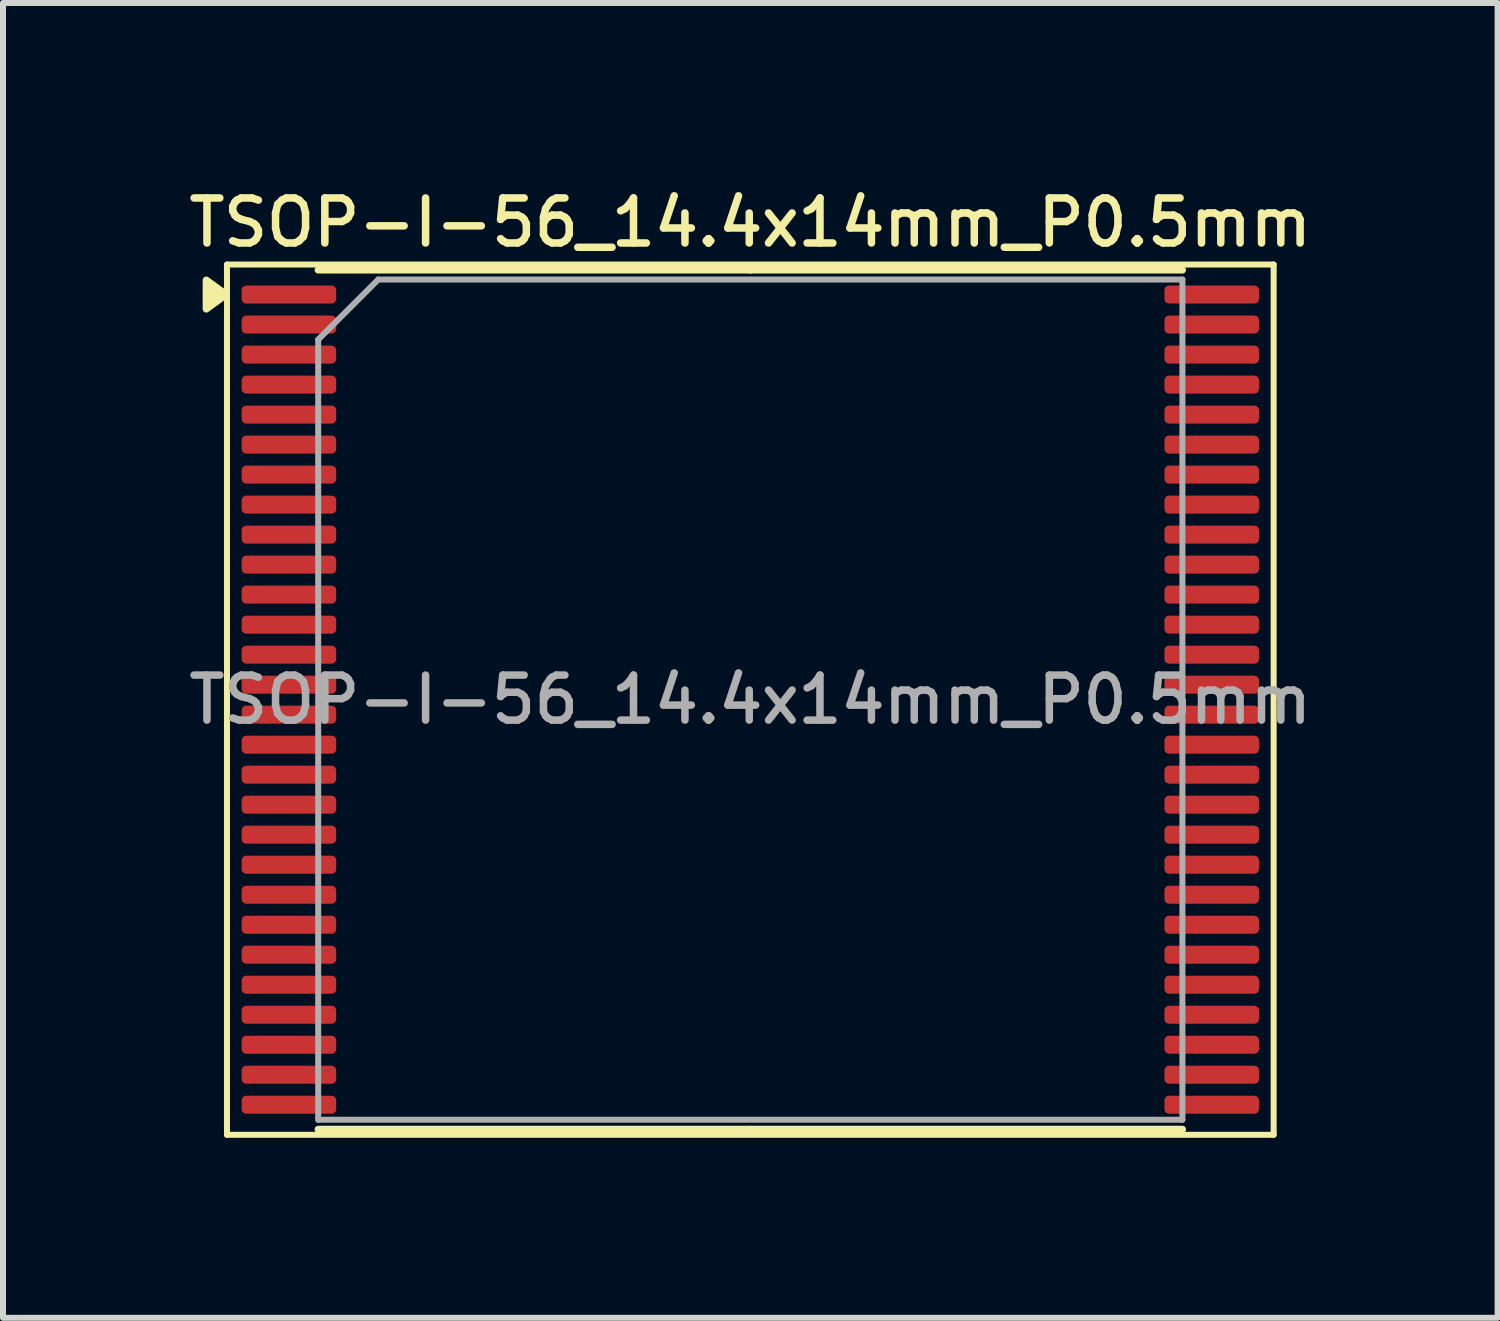
<source format=kicad_pcb>
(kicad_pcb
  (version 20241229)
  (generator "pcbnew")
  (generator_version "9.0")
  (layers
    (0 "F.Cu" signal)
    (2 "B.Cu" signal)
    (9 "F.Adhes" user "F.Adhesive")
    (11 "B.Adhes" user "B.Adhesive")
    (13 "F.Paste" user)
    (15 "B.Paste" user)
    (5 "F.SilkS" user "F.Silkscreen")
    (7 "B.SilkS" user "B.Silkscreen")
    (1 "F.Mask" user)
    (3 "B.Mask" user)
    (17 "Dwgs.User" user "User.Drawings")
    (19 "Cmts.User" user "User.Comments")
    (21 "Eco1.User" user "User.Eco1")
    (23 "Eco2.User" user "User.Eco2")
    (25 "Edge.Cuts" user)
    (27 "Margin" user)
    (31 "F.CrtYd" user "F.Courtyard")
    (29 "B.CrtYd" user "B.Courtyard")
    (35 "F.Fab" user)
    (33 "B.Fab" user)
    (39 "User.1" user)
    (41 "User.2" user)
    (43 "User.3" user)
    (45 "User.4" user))
  (footprint "TSOP-I-56_14.4x14mm_P0.5mm"
    (layer "F.Cu")
    (at 9.452 8.608)
    (property "Reference" "TSOP-I-56_14.4x14mm_P0.5mm" (at 0 -7.95 0) (layer "F.SilkS") (effects (font (size 0.75 0.75) (thickness 0.125))))
    (attr smd)
    (fp_line (start -8.72 -7.25) (end -8.72 7.25) (stroke (width 0.1) (type solid)) (layer "F.SilkS"))
    (fp_line (start -8.72 7.25) (end 8.72 7.25) (stroke (width 0.1) (type solid)) (layer "F.SilkS"))
    (fp_line (start 0 -7.16) (end -7.2 -7.16) (stroke (width 0.12) (type solid)) (layer "F.SilkS"))
    (fp_line (start 0 -7.16) (end 7.2 -7.16) (stroke (width 0.12) (type solid)) (layer "F.SilkS"))
    (fp_line (start 0 7.16) (end -7.2 7.16) (stroke (width 0.12) (type solid)) (layer "F.SilkS"))
    (fp_line (start 0 7.16) (end 7.2 7.16) (stroke (width 0.12) (type solid)) (layer "F.SilkS"))
    (fp_line (start 8.72 -7.25) (end -8.72 -7.25) (stroke (width 0.1) (type solid)) (layer "F.SilkS"))
    (fp_line (start 8.72 7.25) (end 8.72 -7.25) (stroke (width 0.1) (type solid)) (layer "F.SilkS"))
    (fp_poly (pts (xy -8.735 -6.75) (xy -9.065 -6.99) (xy -9.065 -6.51) (xy -8.735 -6.75)) (stroke (width 0.12) (type solid)) (fill yes) (layer "F.SilkS"))
    (fp_line (start -7.2 -6) (end -6.2 -7) (stroke (width 0.1) (type solid)) (layer "F.Fab"))
    (fp_line (start -7.2 7) (end -7.2 -6) (stroke (width 0.1) (type solid)) (layer "F.Fab"))
    (fp_line (start -6.2 -7) (end 7.2 -7) (stroke (width 0.1) (type solid)) (layer "F.Fab"))
    (fp_line (start 7.2 -7) (end 7.2 7) (stroke (width 0.1) (type solid)) (layer "F.Fab"))
    (fp_line (start 7.2 7) (end -7.2 7) (stroke (width 0.1) (type solid)) (layer "F.Fab"))
    (fp_text user "${REFERENCE}" (at 0 0 0) (layer "F.Fab") (effects (font (size 0.75 0.75) (thickness 0.125))))
    (pad "1" smd roundrect (at -7.688 -6.75) (size 1.575 0.3) (layers "F.Cu" "F.Mask" "F.Paste") (roundrect_rratio 0.25))
    (pad "2" smd roundrect (at -7.688 -6.25) (size 1.575 0.3) (layers "F.Cu" "F.Mask" "F.Paste") (roundrect_rratio 0.25))
    (pad "3" smd roundrect (at -7.688 -5.75) (size 1.575 0.3) (layers "F.Cu" "F.Mask" "F.Paste") (roundrect_rratio 0.25))
    (pad "4" smd roundrect (at -7.688 -5.25) (size 1.575 0.3) (layers "F.Cu" "F.Mask" "F.Paste") (roundrect_rratio 0.25))
    (pad "5" smd roundrect (at -7.688 -4.75) (size 1.575 0.3) (layers "F.Cu" "F.Mask" "F.Paste") (roundrect_rratio 0.25))
    (pad "6" smd roundrect (at -7.688 -4.25) (size 1.575 0.3) (layers "F.Cu" "F.Mask" "F.Paste") (roundrect_rratio 0.25))
    (pad "7" smd roundrect (at -7.688 -3.75) (size 1.575 0.3) (layers "F.Cu" "F.Mask" "F.Paste") (roundrect_rratio 0.25))
    (pad "8" smd roundrect (at -7.688 -3.25) (size 1.575 0.3) (layers "F.Cu" "F.Mask" "F.Paste") (roundrect_rratio 0.25))
    (pad "9" smd roundrect (at -7.688 -2.75) (size 1.575 0.3) (layers "F.Cu" "F.Mask" "F.Paste") (roundrect_rratio 0.25))
    (pad "10" smd roundrect (at -7.688 -2.25) (size 1.575 0.3) (layers "F.Cu" "F.Mask" "F.Paste") (roundrect_rratio 0.25))
    (pad "11" smd roundrect (at -7.688 -1.75) (size 1.575 0.3) (layers "F.Cu" "F.Mask" "F.Paste") (roundrect_rratio 0.25))
    (pad "12" smd roundrect (at -7.688 -1.25) (size 1.575 0.3) (layers "F.Cu" "F.Mask" "F.Paste") (roundrect_rratio 0.25))
    (pad "13" smd roundrect (at -7.688 -0.75) (size 1.575 0.3) (layers "F.Cu" "F.Mask" "F.Paste") (roundrect_rratio 0.25))
    (pad "14" smd roundrect (at -7.688 -0.25) (size 1.575 0.3) (layers "F.Cu" "F.Mask" "F.Paste") (roundrect_rratio 0.25))
    (pad "15" smd roundrect (at -7.688 0.25) (size 1.575 0.3) (layers "F.Cu" "F.Mask" "F.Paste") (roundrect_rratio 0.25))
    (pad "16" smd roundrect (at -7.688 0.75) (size 1.575 0.3) (layers "F.Cu" "F.Mask" "F.Paste") (roundrect_rratio 0.25))
    (pad "17" smd roundrect (at -7.688 1.25) (size 1.575 0.3) (layers "F.Cu" "F.Mask" "F.Paste") (roundrect_rratio 0.25))
    (pad "18" smd roundrect (at -7.688 1.75) (size 1.575 0.3) (layers "F.Cu" "F.Mask" "F.Paste") (roundrect_rratio 0.25))
    (pad "19" smd roundrect (at -7.688 2.25) (size 1.575 0.3) (layers "F.Cu" "F.Mask" "F.Paste") (roundrect_rratio 0.25))
    (pad "20" smd roundrect (at -7.688 2.75) (size 1.575 0.3) (layers "F.Cu" "F.Mask" "F.Paste") (roundrect_rratio 0.25))
    (pad "21" smd roundrect (at -7.688 3.25) (size 1.575 0.3) (layers "F.Cu" "F.Mask" "F.Paste") (roundrect_rratio 0.25))
    (pad "22" smd roundrect (at -7.688 3.75) (size 1.575 0.3) (layers "F.Cu" "F.Mask" "F.Paste") (roundrect_rratio 0.25))
    (pad "23" smd roundrect (at -7.688 4.25) (size 1.575 0.3) (layers "F.Cu" "F.Mask" "F.Paste") (roundrect_rratio 0.25))
    (pad "24" smd roundrect (at -7.688 4.75) (size 1.575 0.3) (layers "F.Cu" "F.Mask" "F.Paste") (roundrect_rratio 0.25))
    (pad "25" smd roundrect (at -7.688 5.25) (size 1.575 0.3) (layers "F.Cu" "F.Mask" "F.Paste") (roundrect_rratio 0.25))
    (pad "26" smd roundrect (at -7.688 5.75) (size 1.575 0.3) (layers "F.Cu" "F.Mask" "F.Paste") (roundrect_rratio 0.25))
    (pad "27" smd roundrect (at -7.688 6.25) (size 1.575 0.3) (layers "F.Cu" "F.Mask" "F.Paste") (roundrect_rratio 0.25))
    (pad "28" smd roundrect (at -7.688 6.75) (size 1.575 0.3) (layers "F.Cu" "F.Mask" "F.Paste") (roundrect_rratio 0.25))
    (pad "29" smd roundrect (at 7.688 6.75) (size 1.575 0.3) (layers "F.Cu" "F.Mask" "F.Paste") (roundrect_rratio 0.25))
    (pad "30" smd roundrect (at 7.688 6.25) (size 1.575 0.3) (layers "F.Cu" "F.Mask" "F.Paste") (roundrect_rratio 0.25))
    (pad "31" smd roundrect (at 7.688 5.75) (size 1.575 0.3) (layers "F.Cu" "F.Mask" "F.Paste") (roundrect_rratio 0.25))
    (pad "32" smd roundrect (at 7.688 5.25) (size 1.575 0.3) (layers "F.Cu" "F.Mask" "F.Paste") (roundrect_rratio 0.25))
    (pad "33" smd roundrect (at 7.688 4.75) (size 1.575 0.3) (layers "F.Cu" "F.Mask" "F.Paste") (roundrect_rratio 0.25))
    (pad "34" smd roundrect (at 7.688 4.25) (size 1.575 0.3) (layers "F.Cu" "F.Mask" "F.Paste") (roundrect_rratio 0.25))
    (pad "35" smd roundrect (at 7.688 3.75) (size 1.575 0.3) (layers "F.Cu" "F.Mask" "F.Paste") (roundrect_rratio 0.25))
    (pad "36" smd roundrect (at 7.688 3.25) (size 1.575 0.3) (layers "F.Cu" "F.Mask" "F.Paste") (roundrect_rratio 0.25))
    (pad "37" smd roundrect (at 7.688 2.75) (size 1.575 0.3) (layers "F.Cu" "F.Mask" "F.Paste") (roundrect_rratio 0.25))
    (pad "38" smd roundrect (at 7.688 2.25) (size 1.575 0.3) (layers "F.Cu" "F.Mask" "F.Paste") (roundrect_rratio 0.25))
    (pad "39" smd roundrect (at 7.688 1.75) (size 1.575 0.3) (layers "F.Cu" "F.Mask" "F.Paste") (roundrect_rratio 0.25))
    (pad "40" smd roundrect (at 7.688 1.25) (size 1.575 0.3) (layers "F.Cu" "F.Mask" "F.Paste") (roundrect_rratio 0.25))
    (pad "41" smd roundrect (at 7.688 0.75) (size 1.575 0.3) (layers "F.Cu" "F.Mask" "F.Paste") (roundrect_rratio 0.25))
    (pad "42" smd roundrect (at 7.688 0.25) (size 1.575 0.3) (layers "F.Cu" "F.Mask" "F.Paste") (roundrect_rratio 0.25))
    (pad "43" smd roundrect (at 7.688 -0.25) (size 1.575 0.3) (layers "F.Cu" "F.Mask" "F.Paste") (roundrect_rratio 0.25))
    (pad "44" smd roundrect (at 7.688 -0.75) (size 1.575 0.3) (layers "F.Cu" "F.Mask" "F.Paste") (roundrect_rratio 0.25))
    (pad "45" smd roundrect (at 7.688 -1.25) (size 1.575 0.3) (layers "F.Cu" "F.Mask" "F.Paste") (roundrect_rratio 0.25))
    (pad "46" smd roundrect (at 7.688 -1.75) (size 1.575 0.3) (layers "F.Cu" "F.Mask" "F.Paste") (roundrect_rratio 0.25))
    (pad "47" smd roundrect (at 7.688 -2.25) (size 1.575 0.3) (layers "F.Cu" "F.Mask" "F.Paste") (roundrect_rratio 0.25))
    (pad "48" smd roundrect (at 7.688 -2.75) (size 1.575 0.3) (layers "F.Cu" "F.Mask" "F.Paste") (roundrect_rratio 0.25))
    (pad "49" smd roundrect (at 7.688 -3.25) (size 1.575 0.3) (layers "F.Cu" "F.Mask" "F.Paste") (roundrect_rratio 0.25))
    (pad "50" smd roundrect (at 7.688 -3.75) (size 1.575 0.3) (layers "F.Cu" "F.Mask" "F.Paste") (roundrect_rratio 0.25))
    (pad "51" smd roundrect (at 7.688 -4.25) (size 1.575 0.3) (layers "F.Cu" "F.Mask" "F.Paste") (roundrect_rratio 0.25))
    (pad "52" smd roundrect (at 7.688 -4.75) (size 1.575 0.3) (layers "F.Cu" "F.Mask" "F.Paste") (roundrect_rratio 0.25))
    (pad "53" smd roundrect (at 7.688 -5.25) (size 1.575 0.3) (layers "F.Cu" "F.Mask" "F.Paste") (roundrect_rratio 0.25))
    (pad "54" smd roundrect (at 7.688 -5.75) (size 1.575 0.3) (layers "F.Cu" "F.Mask" "F.Paste") (roundrect_rratio 0.25))
    (pad "55" smd roundrect (at 7.688 -6.25) (size 1.575 0.3) (layers "F.Cu" "F.Mask" "F.Paste") (roundrect_rratio 0.25))
    (pad "56" smd roundrect (at 7.688 -6.75) (size 1.575 0.3) (layers "F.Cu" "F.Mask" "F.Paste") (roundrect_rratio 0.25)))
  (gr_rect
    (start -3 -3)
    (end 21.904 18.908)
    (stroke (width 0.1) (type default))
    (fill no)
    (layer "Edge.Cuts")))
</source>
